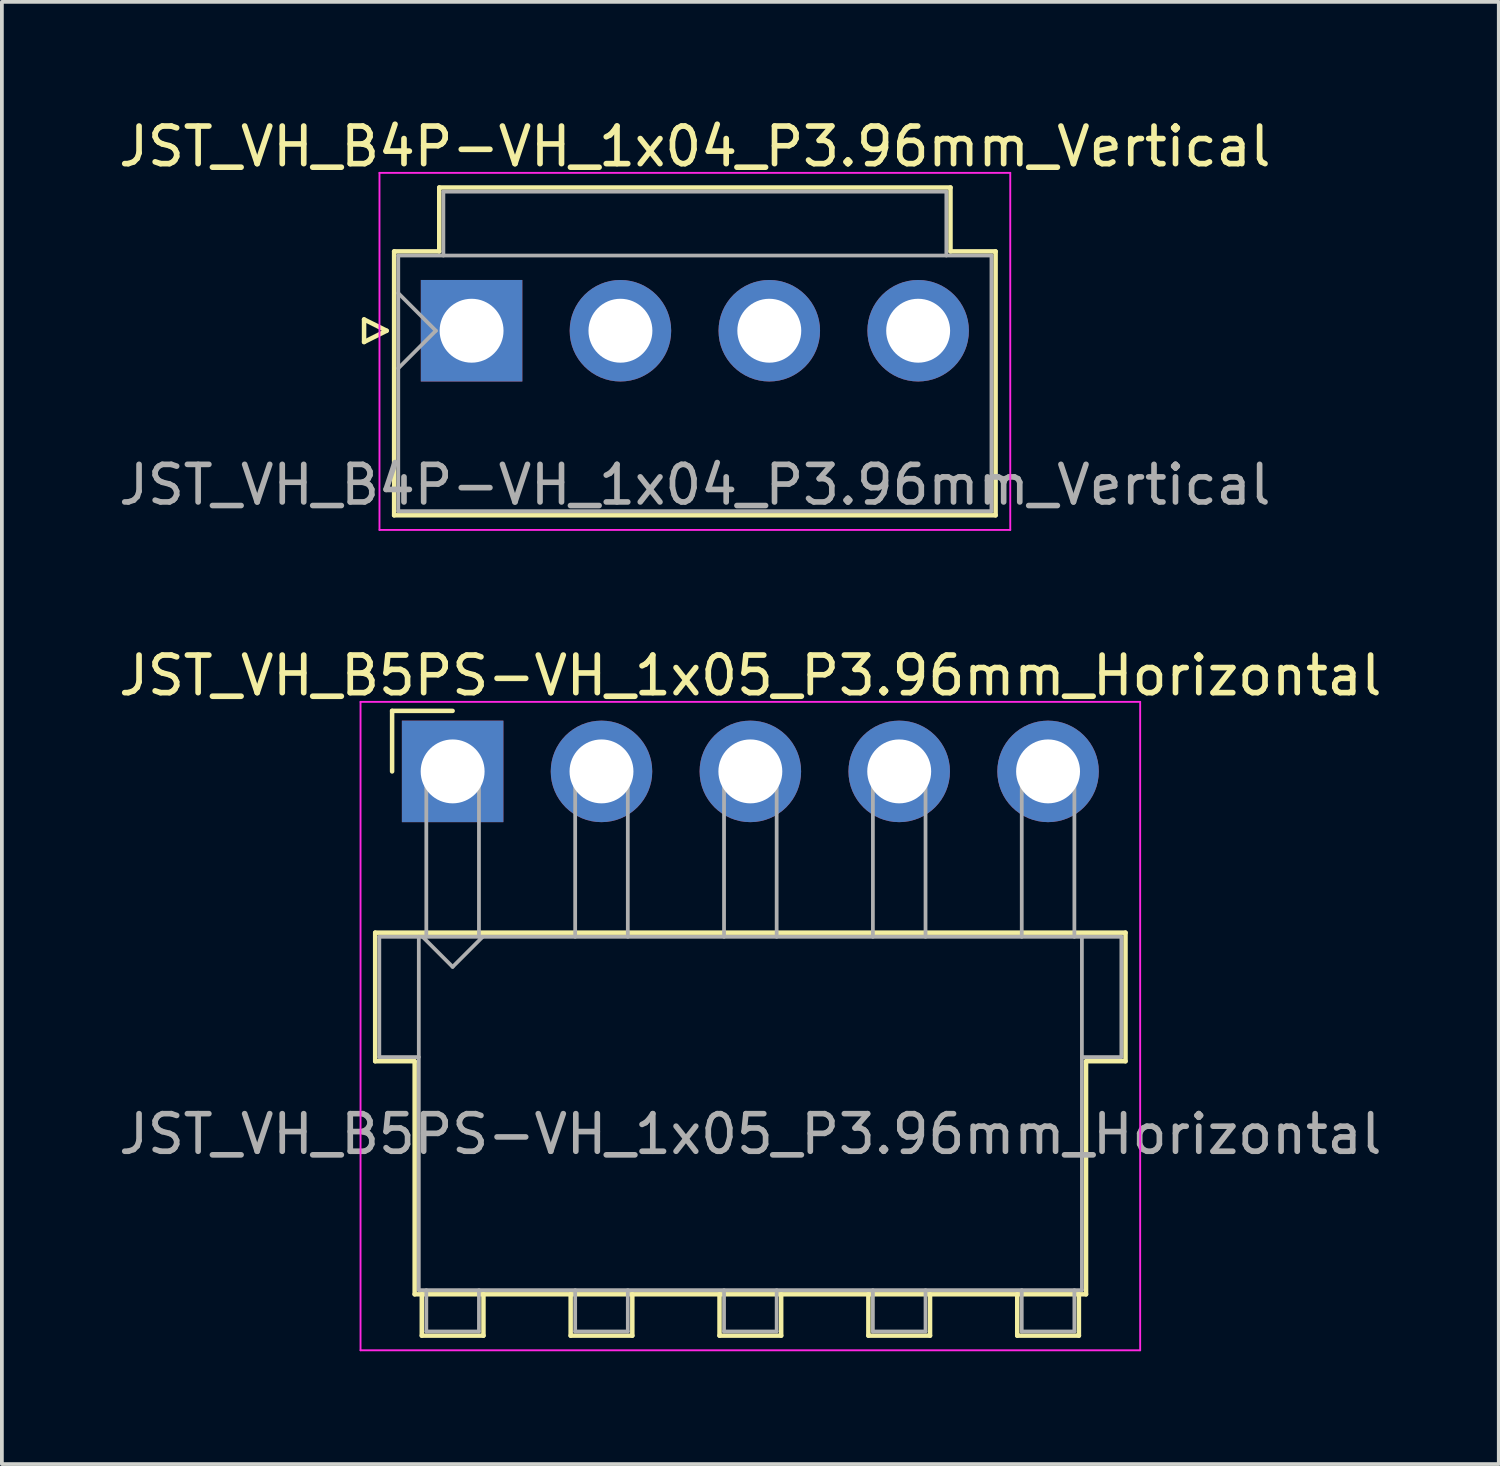
<source format=kicad_pcb>
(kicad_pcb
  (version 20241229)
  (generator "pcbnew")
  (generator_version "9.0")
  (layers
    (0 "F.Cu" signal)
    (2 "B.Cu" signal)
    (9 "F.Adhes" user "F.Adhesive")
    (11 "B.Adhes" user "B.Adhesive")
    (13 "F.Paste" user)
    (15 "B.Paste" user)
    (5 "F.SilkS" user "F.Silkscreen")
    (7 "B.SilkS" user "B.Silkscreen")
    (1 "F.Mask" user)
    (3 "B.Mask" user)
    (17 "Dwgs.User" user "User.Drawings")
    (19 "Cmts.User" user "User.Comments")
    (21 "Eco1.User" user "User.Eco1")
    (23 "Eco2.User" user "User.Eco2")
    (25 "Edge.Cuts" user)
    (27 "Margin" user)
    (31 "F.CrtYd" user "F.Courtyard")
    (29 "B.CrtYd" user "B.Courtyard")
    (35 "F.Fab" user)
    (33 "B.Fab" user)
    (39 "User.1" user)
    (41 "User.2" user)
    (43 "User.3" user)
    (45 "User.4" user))
  (footprint "JST_VH_B5PS-VH_1x05_P3.96mm_Horizontal"
    (layer "F.Cu")
    (at 8.991 17.471)
    (property "Reference" "JST_VH_B5PS-VH_1x05_P3.96mm_Horizontal" (at 7.92 -2.55 0) (layer "F.SilkS") (effects (font (size 1 1) (thickness 0.15))))
    (attr through_hole)
    (fp_line (start -2.06 4.29) (end 17.9 4.29) (stroke (width 0.12) (type solid)) (layer "F.SilkS"))
    (fp_line (start -2.06 7.71) (end -2.06 4.29) (stroke (width 0.12) (type solid)) (layer "F.SilkS"))
    (fp_line (start -1.61 -1.61) (end -1.61 0) (stroke (width 0.12) (type solid)) (layer "F.SilkS"))
    (fp_line (start -1.01 7.71) (end -2.06 7.71) (stroke (width 0.12) (type solid)) (layer "F.SilkS"))
    (fp_line (start -1.01 13.91) (end -1.01 7.71) (stroke (width 0.12) (type solid)) (layer "F.SilkS"))
    (fp_line (start -0.82 13.91) (end -0.82 15.01) (stroke (width 0.12) (type solid)) (layer "F.SilkS"))
    (fp_line (start -0.82 15.01) (end 0.82 15.01) (stroke (width 0.12) (type solid)) (layer "F.SilkS"))
    (fp_line (start 0 -1.61) (end -1.61 -1.61) (stroke (width 0.12) (type solid)) (layer "F.SilkS"))
    (fp_line (start 0.82 15.01) (end 0.82 13.91) (stroke (width 0.12) (type solid)) (layer "F.SilkS"))
    (fp_line (start 3.14 13.91) (end 3.14 15.01) (stroke (width 0.12) (type solid)) (layer "F.SilkS"))
    (fp_line (start 3.14 15.01) (end 4.78 15.01) (stroke (width 0.12) (type solid)) (layer "F.SilkS"))
    (fp_line (start 4.78 15.01) (end 4.78 13.91) (stroke (width 0.12) (type solid)) (layer "F.SilkS"))
    (fp_line (start 7.1 13.91) (end 7.1 15.01) (stroke (width 0.12) (type solid)) (layer "F.SilkS"))
    (fp_line (start 7.1 15.01) (end 8.74 15.01) (stroke (width 0.12) (type solid)) (layer "F.SilkS"))
    (fp_line (start 8.74 15.01) (end 8.74 13.91) (stroke (width 0.12) (type solid)) (layer "F.SilkS"))
    (fp_line (start 11.06 13.91) (end 11.06 15.01) (stroke (width 0.12) (type solid)) (layer "F.SilkS"))
    (fp_line (start 11.06 15.01) (end 12.7 15.01) (stroke (width 0.12) (type solid)) (layer "F.SilkS"))
    (fp_line (start 12.7 15.01) (end 12.7 13.91) (stroke (width 0.12) (type solid)) (layer "F.SilkS"))
    (fp_line (start 15.02 13.91) (end 15.02 15.01) (stroke (width 0.12) (type solid)) (layer "F.SilkS"))
    (fp_line (start 15.02 15.01) (end 16.66 15.01) (stroke (width 0.12) (type solid)) (layer "F.SilkS"))
    (fp_line (start 16.66 15.01) (end 16.66 13.91) (stroke (width 0.12) (type solid)) (layer "F.SilkS"))
    (fp_line (start 16.85 7.71) (end 16.85 13.91) (stroke (width 0.12) (type solid)) (layer "F.SilkS"))
    (fp_line (start 16.85 13.91) (end -1.01 13.91) (stroke (width 0.12) (type solid)) (layer "F.SilkS"))
    (fp_line (start 17.9 4.29) (end 17.9 7.71) (stroke (width 0.12) (type solid)) (layer "F.SilkS"))
    (fp_line (start 17.9 7.71) (end 16.85 7.71) (stroke (width 0.12) (type solid)) (layer "F.SilkS"))
    (fp_line (start -2.45 -1.85) (end -2.45 15.4) (stroke (width 0.05) (type solid)) (layer "F.CrtYd"))
    (fp_line (start -2.45 15.4) (end 18.29 15.4) (stroke (width 0.05) (type solid)) (layer "F.CrtYd"))
    (fp_line (start 18.29 -1.85) (end -2.45 -1.85) (stroke (width 0.05) (type solid)) (layer "F.CrtYd"))
    (fp_line (start 18.29 15.4) (end 18.29 -1.85) (stroke (width 0.05) (type solid)) (layer "F.CrtYd"))
    (fp_line (start -1.95 4.4) (end -0.9 4.4) (stroke (width 0.1) (type solid)) (layer "F.Fab"))
    (fp_line (start -1.95 7.6) (end -1.95 4.4) (stroke (width 0.1) (type solid)) (layer "F.Fab"))
    (fp_line (start -0.9 4.4) (end -0.9 13.8) (stroke (width 0.1) (type solid)) (layer "F.Fab"))
    (fp_line (start -0.9 7.6) (end -1.95 7.6) (stroke (width 0.1) (type solid)) (layer "F.Fab"))
    (fp_line (start -0.9 13.8) (end 16.74 13.8) (stroke (width 0.1) (type solid)) (layer "F.Fab"))
    (fp_line (start -0.8 4.4) (end 0 5.2) (stroke (width 0.1) (type solid)) (layer "F.Fab"))
    (fp_line (start -0.7 0) (end 0.7 0) (stroke (width 0.1) (type solid)) (layer "F.Fab"))
    (fp_line (start -0.7 4.4) (end -0.7 0) (stroke (width 0.1) (type solid)) (layer "F.Fab"))
    (fp_line (start -0.7 13.8) (end -0.7 14.9) (stroke (width 0.1) (type solid)) (layer "F.Fab"))
    (fp_line (start -0.7 14.9) (end 0.7 14.9) (stroke (width 0.1) (type solid)) (layer "F.Fab"))
    (fp_line (start 0 5.2) (end 0.8 4.4) (stroke (width 0.1) (type solid)) (layer "F.Fab"))
    (fp_line (start 0.7 0) (end 0.7 4.4) (stroke (width 0.1) (type solid)) (layer "F.Fab"))
    (fp_line (start 0.7 14.9) (end 0.7 13.8) (stroke (width 0.1) (type solid)) (layer "F.Fab"))
    (fp_line (start 3.26 0) (end 4.66 0) (stroke (width 0.1) (type solid)) (layer "F.Fab"))
    (fp_line (start 3.26 4.4) (end 3.26 0) (stroke (width 0.1) (type solid)) (layer "F.Fab"))
    (fp_line (start 3.26 13.8) (end 3.26 14.9) (stroke (width 0.1) (type solid)) (layer "F.Fab"))
    (fp_line (start 3.26 14.9) (end 4.66 14.9) (stroke (width 0.1) (type solid)) (layer "F.Fab"))
    (fp_line (start 4.66 0) (end 4.66 4.4) (stroke (width 0.1) (type solid)) (layer "F.Fab"))
    (fp_line (start 4.66 14.9) (end 4.66 13.8) (stroke (width 0.1) (type solid)) (layer "F.Fab"))
    (fp_line (start 7.22 0) (end 8.62 0) (stroke (width 0.1) (type solid)) (layer "F.Fab"))
    (fp_line (start 7.22 4.4) (end 7.22 0) (stroke (width 0.1) (type solid)) (layer "F.Fab"))
    (fp_line (start 7.22 13.8) (end 7.22 14.9) (stroke (width 0.1) (type solid)) (layer "F.Fab"))
    (fp_line (start 7.22 14.9) (end 8.62 14.9) (stroke (width 0.1) (type solid)) (layer "F.Fab"))
    (fp_line (start 8.62 0) (end 8.62 4.4) (stroke (width 0.1) (type solid)) (layer "F.Fab"))
    (fp_line (start 8.62 14.9) (end 8.62 13.8) (stroke (width 0.1) (type solid)) (layer "F.Fab"))
    (fp_line (start 11.18 0) (end 12.58 0) (stroke (width 0.1) (type solid)) (layer "F.Fab"))
    (fp_line (start 11.18 4.4) (end 11.18 0) (stroke (width 0.1) (type solid)) (layer "F.Fab"))
    (fp_line (start 11.18 13.8) (end 11.18 14.9) (stroke (width 0.1) (type solid)) (layer "F.Fab"))
    (fp_line (start 11.18 14.9) (end 12.58 14.9) (stroke (width 0.1) (type solid)) (layer "F.Fab"))
    (fp_line (start 12.58 0) (end 12.58 4.4) (stroke (width 0.1) (type solid)) (layer "F.Fab"))
    (fp_line (start 12.58 14.9) (end 12.58 13.8) (stroke (width 0.1) (type solid)) (layer "F.Fab"))
    (fp_line (start 15.14 0) (end 16.54 0) (stroke (width 0.1) (type solid)) (layer "F.Fab"))
    (fp_line (start 15.14 4.4) (end 15.14 0) (stroke (width 0.1) (type solid)) (layer "F.Fab"))
    (fp_line (start 15.14 13.8) (end 15.14 14.9) (stroke (width 0.1) (type solid)) (layer "F.Fab"))
    (fp_line (start 15.14 14.9) (end 16.54 14.9) (stroke (width 0.1) (type solid)) (layer "F.Fab"))
    (fp_line (start 16.54 0) (end 16.54 4.4) (stroke (width 0.1) (type solid)) (layer "F.Fab"))
    (fp_line (start 16.54 14.9) (end 16.54 13.8) (stroke (width 0.1) (type solid)) (layer "F.Fab"))
    (fp_line (start 16.74 4.4) (end -0.9 4.4) (stroke (width 0.1) (type solid)) (layer "F.Fab"))
    (fp_line (start 16.74 4.4) (end 17.79 4.4) (stroke (width 0.1) (type solid)) (layer "F.Fab"))
    (fp_line (start 16.74 13.8) (end 16.74 4.4) (stroke (width 0.1) (type solid)) (layer "F.Fab"))
    (fp_line (start 17.79 4.4) (end 17.79 7.6) (stroke (width 0.1) (type solid)) (layer "F.Fab"))
    (fp_line (start 17.79 7.6) (end 16.74 7.6) (stroke (width 0.1) (type solid)) (layer "F.Fab"))
    (fp_text user "${REFERENCE}" (at 7.92 9.65 0) (layer "F.Fab") (effects (font (size 1 1) (thickness 0.15))))
    (pad "1" thru_hole rect (at 0 0) (size 2.7 2.7) (drill 1.7) (layers "*.Cu" "*.Mask"))
    (pad "2" thru_hole circle (at 3.96 0) (size 2.7 2.7) (drill 1.7) (layers "*.Cu" "*.Mask"))
    (pad "3" thru_hole circle (at 7.92 0) (size 2.7 2.7) (drill 1.7) (layers "*.Cu" "*.Mask"))
    (pad "4" thru_hole circle (at 11.88 0) (size 2.7 2.7) (drill 1.7) (layers "*.Cu" "*.Mask"))
    (pad "5" thru_hole circle (at 15.84 0) (size 2.7 2.7) (drill 1.7) (layers "*.Cu" "*.Mask")))
  (footprint "JST_VH_B4P-VH_1x04_P3.96mm_Vertical"
    (layer "F.Cu")
    (at 9.495 5.748)
    (property "Reference" "JST_VH_B4P-VH_1x04_P3.96mm_Vertical" (at 5.94 -4.9 0) (layer "F.SilkS") (effects (font (size 1 1) (thickness 0.15))))
    (attr through_hole)
    (fp_line (start -2.86 -0.3) (end -2.26 0) (stroke (width 0.12) (type solid)) (layer "F.SilkS"))
    (fp_line (start -2.86 0.3) (end -2.86 -0.3) (stroke (width 0.12) (type solid)) (layer "F.SilkS"))
    (fp_line (start -2.26 0) (end -2.86 0.3) (stroke (width 0.12) (type solid)) (layer "F.SilkS"))
    (fp_line (start -2.06 -2.11) (end -0.86 -2.11) (stroke (width 0.12) (type solid)) (layer "F.SilkS"))
    (fp_line (start -2.06 4.91) (end -2.06 -2.11) (stroke (width 0.12) (type solid)) (layer "F.SilkS"))
    (fp_line (start -0.86 -3.81) (end 12.74 -3.81) (stroke (width 0.12) (type solid)) (layer "F.SilkS"))
    (fp_line (start -0.86 -2.11) (end -0.86 -3.81) (stroke (width 0.12) (type solid)) (layer "F.SilkS"))
    (fp_line (start 12.74 -3.81) (end 12.74 -2.11) (stroke (width 0.12) (type solid)) (layer "F.SilkS"))
    (fp_line (start 12.74 -2.11) (end 13.94 -2.11) (stroke (width 0.12) (type solid)) (layer "F.SilkS"))
    (fp_line (start 13.94 -2.11) (end 13.94 4.91) (stroke (width 0.12) (type solid)) (layer "F.SilkS"))
    (fp_line (start 13.94 4.91) (end -2.06 4.91) (stroke (width 0.12) (type solid)) (layer "F.SilkS"))
    (fp_line (start -2.45 -4.2) (end -2.45 5.3) (stroke (width 0.05) (type solid)) (layer "F.CrtYd"))
    (fp_line (start -2.45 5.3) (end 14.33 5.3) (stroke (width 0.05) (type solid)) (layer "F.CrtYd"))
    (fp_line (start 14.33 -4.2) (end -2.45 -4.2) (stroke (width 0.05) (type solid)) (layer "F.CrtYd"))
    (fp_line (start 14.33 5.3) (end 14.33 -4.2) (stroke (width 0.05) (type solid)) (layer "F.CrtYd"))
    (fp_line (start -1.95 -2) (end -1.95 4.8) (stroke (width 0.1) (type solid)) (layer "F.Fab"))
    (fp_line (start -1.95 -1) (end -0.95 0) (stroke (width 0.1) (type solid)) (layer "F.Fab"))
    (fp_line (start -1.95 1) (end -0.95 0) (stroke (width 0.1) (type solid)) (layer "F.Fab"))
    (fp_line (start -1.95 4.8) (end 13.83 4.8) (stroke (width 0.1) (type solid)) (layer "F.Fab"))
    (fp_line (start -0.75 -3.7) (end 12.63 -3.7) (stroke (width 0.1) (type solid)) (layer "F.Fab"))
    (fp_line (start -0.75 -2) (end -0.75 -3.7) (stroke (width 0.1) (type solid)) (layer "F.Fab"))
    (fp_line (start 12.63 -3.7) (end 12.63 -2) (stroke (width 0.1) (type solid)) (layer "F.Fab"))
    (fp_line (start 13.83 -2) (end -1.95 -2) (stroke (width 0.1) (type solid)) (layer "F.Fab"))
    (fp_line (start 13.83 4.8) (end 13.83 -2) (stroke (width 0.1) (type solid)) (layer "F.Fab"))
    (fp_text user "${REFERENCE}" (at 5.94 4.1 0) (layer "F.Fab") (effects (font (size 1 1) (thickness 0.15))))
    (pad "1" thru_hole rect (at 0 0) (size 2.7 2.7) (drill 1.7) (layers "*.Cu" "*.Mask"))
    (pad "2" thru_hole circle (at 3.96 0) (size 2.7 2.7) (drill 1.7) (layers "*.Cu" "*.Mask"))
    (pad "3" thru_hole circle (at 7.92 0) (size 2.7 2.7) (drill 1.7) (layers "*.Cu" "*.Mask"))
    (pad "4" thru_hole circle (at 11.88 0) (size 2.7 2.7) (drill 1.7) (layers "*.Cu" "*.Mask")))
  (gr_rect
    (start -3 -3)
    (end 36.821 35.897)
    (stroke (width 0.1) (type default))
    (fill no)
    (layer "Edge.Cuts")))
</source>
